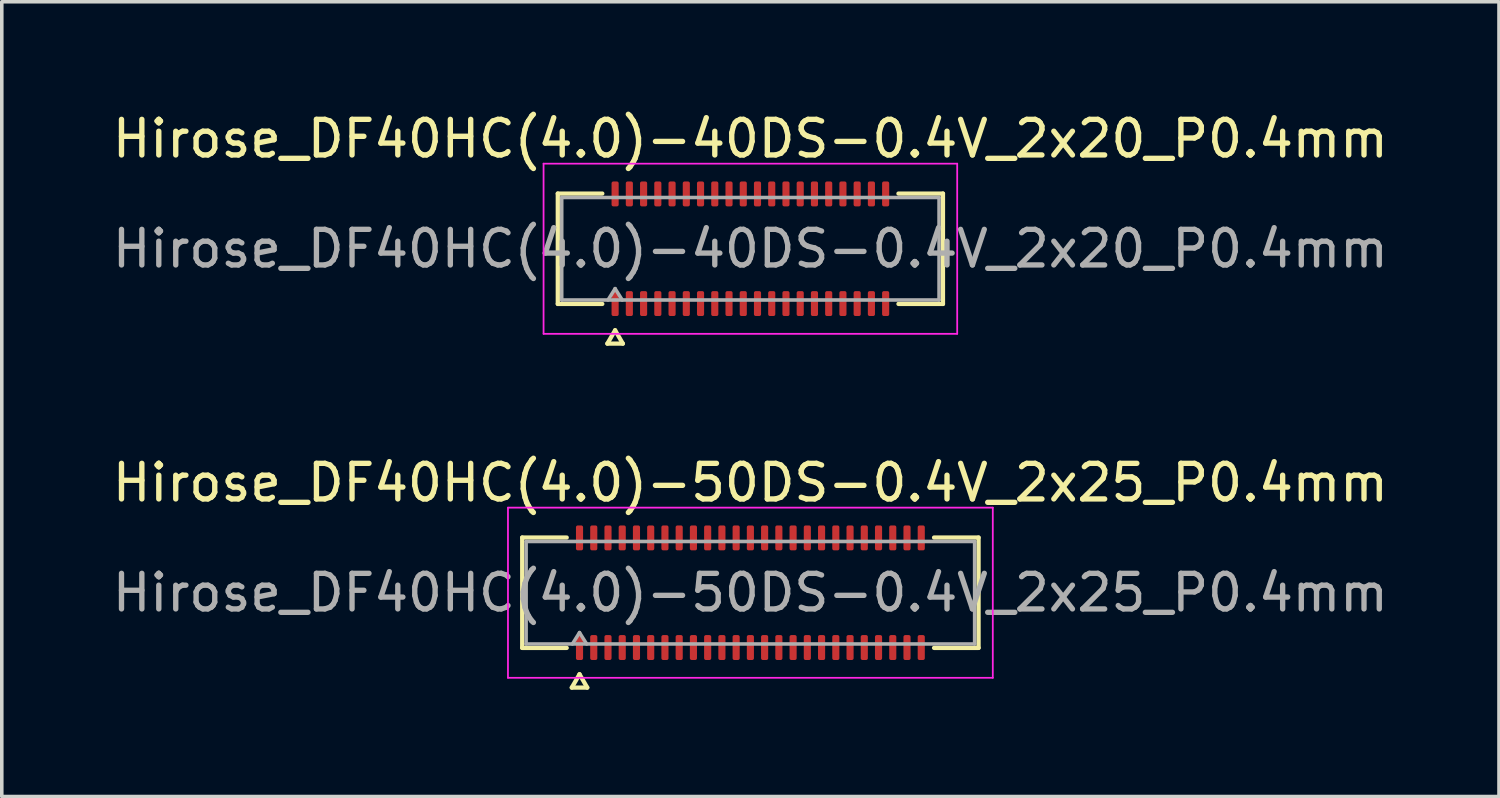
<source format=kicad_pcb>
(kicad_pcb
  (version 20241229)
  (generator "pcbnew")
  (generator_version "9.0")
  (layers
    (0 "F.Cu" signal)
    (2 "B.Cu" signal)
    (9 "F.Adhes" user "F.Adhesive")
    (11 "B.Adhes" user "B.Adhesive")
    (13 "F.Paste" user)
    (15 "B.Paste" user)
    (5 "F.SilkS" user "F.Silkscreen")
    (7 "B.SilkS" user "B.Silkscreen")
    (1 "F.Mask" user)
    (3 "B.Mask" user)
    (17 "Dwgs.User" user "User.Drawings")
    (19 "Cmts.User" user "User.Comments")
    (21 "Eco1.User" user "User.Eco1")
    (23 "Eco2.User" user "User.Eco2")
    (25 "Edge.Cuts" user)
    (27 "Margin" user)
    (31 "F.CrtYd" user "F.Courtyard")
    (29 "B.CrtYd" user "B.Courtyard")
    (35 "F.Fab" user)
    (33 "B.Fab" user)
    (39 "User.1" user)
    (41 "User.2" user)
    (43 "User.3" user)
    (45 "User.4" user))
  (footprint "Hirose_DF40HC(4.0)-50DS-0.4V_2x25_P0.4mm"
    (layer "F.Cu")
    (at 18.03 13.601)
    (property "Reference" "Hirose_DF40HC(4.0)-50DS-0.4V_2x25_P0.4mm" (at 0 -3.09 0) (layer "F.SilkS") (effects (font (size 1 1) (thickness 0.15))))
    (attr smd)
    (fp_line (start -6.41 -1.55) (end -5.16 -1.55) (stroke (width 0.12) (type solid)) (layer "F.SilkS"))
    (fp_line (start -6.41 1.55) (end -6.41 -1.55) (stroke (width 0.12) (type solid)) (layer "F.SilkS"))
    (fp_line (start -5.16 1.55) (end -6.41 1.55) (stroke (width 0.12) (type solid)) (layer "F.SilkS"))
    (fp_line (start -5.017 2.665) (end -4.8 2.29) (stroke (width 0.12) (type solid)) (layer "F.SilkS"))
    (fp_line (start -4.8 2.29) (end -4.583 2.665) (stroke (width 0.12) (type solid)) (layer "F.SilkS"))
    (fp_line (start -4.583 2.665) (end -5.017 2.665) (stroke (width 0.12) (type solid)) (layer "F.SilkS"))
    (fp_line (start 5.16 -1.55) (end 6.41 -1.55) (stroke (width 0.12) (type solid)) (layer "F.SilkS"))
    (fp_line (start 6.41 -1.55) (end 6.41 1.55) (stroke (width 0.12) (type solid)) (layer "F.SilkS"))
    (fp_line (start 6.41 1.55) (end 5.16 1.55) (stroke (width 0.12) (type solid)) (layer "F.SilkS"))
    (fp_line (start -6.81 -2.39) (end -6.81 2.39) (stroke (width 0.05) (type solid)) (layer "F.CrtYd"))
    (fp_line (start -6.81 2.39) (end 6.81 2.39) (stroke (width 0.05) (type solid)) (layer "F.CrtYd"))
    (fp_line (start 6.81 -2.39) (end -6.81 -2.39) (stroke (width 0.05) (type solid)) (layer "F.CrtYd"))
    (fp_line (start 6.81 2.39) (end 6.81 -2.39) (stroke (width 0.05) (type solid)) (layer "F.CrtYd"))
    (fp_line (start -6.3 -1.44) (end 6.3 -1.44) (stroke (width 0.1) (type solid)) (layer "F.Fab"))
    (fp_line (start -6.3 1.44) (end -6.3 -1.44) (stroke (width 0.1) (type solid)) (layer "F.Fab"))
    (fp_line (start -5 1.44) (end -4.8 1.12) (stroke (width 0.1) (type solid)) (layer "F.Fab"))
    (fp_line (start -4.8 1.12) (end -4.6 1.44) (stroke (width 0.1) (type solid)) (layer "F.Fab"))
    (fp_line (start 6.3 -1.44) (end 6.3 1.44) (stroke (width 0.1) (type solid)) (layer "F.Fab"))
    (fp_line (start 6.3 1.44) (end -6.3 1.44) (stroke (width 0.1) (type solid)) (layer "F.Fab"))
    (fp_text user "${REFERENCE}" (at 0 0 0) (layer "F.Fab") (effects (font (size 1 1) (thickness 0.15))))
    (pad "1" smd roundrect (at -4.8 1.54) (size 0.2 0.7) (layers "F.Cu" "F.Mask" "F.Paste") (roundrect_rratio 0.25))
    (pad "2" smd roundrect (at -4.8 -1.54) (size 0.2 0.7) (layers "F.Cu" "F.Mask" "F.Paste") (roundrect_rratio 0.25))
    (pad "3" smd roundrect (at -4.4 1.54) (size 0.2 0.7) (layers "F.Cu" "F.Mask" "F.Paste") (roundrect_rratio 0.25))
    (pad "4" smd roundrect (at -4.4 -1.54) (size 0.2 0.7) (layers "F.Cu" "F.Mask" "F.Paste") (roundrect_rratio 0.25))
    (pad "5" smd roundrect (at -4 1.54) (size 0.2 0.7) (layers "F.Cu" "F.Mask" "F.Paste") (roundrect_rratio 0.25))
    (pad "6" smd roundrect (at -4 -1.54) (size 0.2 0.7) (layers "F.Cu" "F.Mask" "F.Paste") (roundrect_rratio 0.25))
    (pad "7" smd roundrect (at -3.6 1.54) (size 0.2 0.7) (layers "F.Cu" "F.Mask" "F.Paste") (roundrect_rratio 0.25))
    (pad "8" smd roundrect (at -3.6 -1.54) (size 0.2 0.7) (layers "F.Cu" "F.Mask" "F.Paste") (roundrect_rratio 0.25))
    (pad "9" smd roundrect (at -3.2 1.54) (size 0.2 0.7) (layers "F.Cu" "F.Mask" "F.Paste") (roundrect_rratio 0.25))
    (pad "10" smd roundrect (at -3.2 -1.54) (size 0.2 0.7) (layers "F.Cu" "F.Mask" "F.Paste") (roundrect_rratio 0.25))
    (pad "11" smd roundrect (at -2.8 1.54) (size 0.2 0.7) (layers "F.Cu" "F.Mask" "F.Paste") (roundrect_rratio 0.25))
    (pad "12" smd roundrect (at -2.8 -1.54) (size 0.2 0.7) (layers "F.Cu" "F.Mask" "F.Paste") (roundrect_rratio 0.25))
    (pad "13" smd roundrect (at -2.4 1.54) (size 0.2 0.7) (layers "F.Cu" "F.Mask" "F.Paste") (roundrect_rratio 0.25))
    (pad "14" smd roundrect (at -2.4 -1.54) (size 0.2 0.7) (layers "F.Cu" "F.Mask" "F.Paste") (roundrect_rratio 0.25))
    (pad "15" smd roundrect (at -2 1.54) (size 0.2 0.7) (layers "F.Cu" "F.Mask" "F.Paste") (roundrect_rratio 0.25))
    (pad "16" smd roundrect (at -2 -1.54) (size 0.2 0.7) (layers "F.Cu" "F.Mask" "F.Paste") (roundrect_rratio 0.25))
    (pad "17" smd roundrect (at -1.6 1.54) (size 0.2 0.7) (layers "F.Cu" "F.Mask" "F.Paste") (roundrect_rratio 0.25))
    (pad "18" smd roundrect (at -1.6 -1.54) (size 0.2 0.7) (layers "F.Cu" "F.Mask" "F.Paste") (roundrect_rratio 0.25))
    (pad "19" smd roundrect (at -1.2 1.54) (size 0.2 0.7) (layers "F.Cu" "F.Mask" "F.Paste") (roundrect_rratio 0.25))
    (pad "20" smd roundrect (at -1.2 -1.54) (size 0.2 0.7) (layers "F.Cu" "F.Mask" "F.Paste") (roundrect_rratio 0.25))
    (pad "21" smd roundrect (at -0.8 1.54) (size 0.2 0.7) (layers "F.Cu" "F.Mask" "F.Paste") (roundrect_rratio 0.25))
    (pad "22" smd roundrect (at -0.8 -1.54) (size 0.2 0.7) (layers "F.Cu" "F.Mask" "F.Paste") (roundrect_rratio 0.25))
    (pad "23" smd roundrect (at -0.4 1.54) (size 0.2 0.7) (layers "F.Cu" "F.Mask" "F.Paste") (roundrect_rratio 0.25))
    (pad "24" smd roundrect (at -0.4 -1.54) (size 0.2 0.7) (layers "F.Cu" "F.Mask" "F.Paste") (roundrect_rratio 0.25))
    (pad "25" smd roundrect (at 0 1.54) (size 0.2 0.7) (layers "F.Cu" "F.Mask" "F.Paste") (roundrect_rratio 0.25))
    (pad "26" smd roundrect (at 0 -1.54) (size 0.2 0.7) (layers "F.Cu" "F.Mask" "F.Paste") (roundrect_rratio 0.25))
    (pad "27" smd roundrect (at 0.4 1.54) (size 0.2 0.7) (layers "F.Cu" "F.Mask" "F.Paste") (roundrect_rratio 0.25))
    (pad "28" smd roundrect (at 0.4 -1.54) (size 0.2 0.7) (layers "F.Cu" "F.Mask" "F.Paste") (roundrect_rratio 0.25))
    (pad "29" smd roundrect (at 0.8 1.54) (size 0.2 0.7) (layers "F.Cu" "F.Mask" "F.Paste") (roundrect_rratio 0.25))
    (pad "30" smd roundrect (at 0.8 -1.54) (size 0.2 0.7) (layers "F.Cu" "F.Mask" "F.Paste") (roundrect_rratio 0.25))
    (pad "31" smd roundrect (at 1.2 1.54) (size 0.2 0.7) (layers "F.Cu" "F.Mask" "F.Paste") (roundrect_rratio 0.25))
    (pad "32" smd roundrect (at 1.2 -1.54) (size 0.2 0.7) (layers "F.Cu" "F.Mask" "F.Paste") (roundrect_rratio 0.25))
    (pad "33" smd roundrect (at 1.6 1.54) (size 0.2 0.7) (layers "F.Cu" "F.Mask" "F.Paste") (roundrect_rratio 0.25))
    (pad "34" smd roundrect (at 1.6 -1.54) (size 0.2 0.7) (layers "F.Cu" "F.Mask" "F.Paste") (roundrect_rratio 0.25))
    (pad "35" smd roundrect (at 2 1.54) (size 0.2 0.7) (layers "F.Cu" "F.Mask" "F.Paste") (roundrect_rratio 0.25))
    (pad "36" smd roundrect (at 2 -1.54) (size 0.2 0.7) (layers "F.Cu" "F.Mask" "F.Paste") (roundrect_rratio 0.25))
    (pad "37" smd roundrect (at 2.4 1.54) (size 0.2 0.7) (layers "F.Cu" "F.Mask" "F.Paste") (roundrect_rratio 0.25))
    (pad "38" smd roundrect (at 2.4 -1.54) (size 0.2 0.7) (layers "F.Cu" "F.Mask" "F.Paste") (roundrect_rratio 0.25))
    (pad "39" smd roundrect (at 2.8 1.54) (size 0.2 0.7) (layers "F.Cu" "F.Mask" "F.Paste") (roundrect_rratio 0.25))
    (pad "40" smd roundrect (at 2.8 -1.54) (size 0.2 0.7) (layers "F.Cu" "F.Mask" "F.Paste") (roundrect_rratio 0.25))
    (pad "41" smd roundrect (at 3.2 1.54) (size 0.2 0.7) (layers "F.Cu" "F.Mask" "F.Paste") (roundrect_rratio 0.25))
    (pad "42" smd roundrect (at 3.2 -1.54) (size 0.2 0.7) (layers "F.Cu" "F.Mask" "F.Paste") (roundrect_rratio 0.25))
    (pad "43" smd roundrect (at 3.6 1.54) (size 0.2 0.7) (layers "F.Cu" "F.Mask" "F.Paste") (roundrect_rratio 0.25))
    (pad "44" smd roundrect (at 3.6 -1.54) (size 0.2 0.7) (layers "F.Cu" "F.Mask" "F.Paste") (roundrect_rratio 0.25))
    (pad "45" smd roundrect (at 4 1.54) (size 0.2 0.7) (layers "F.Cu" "F.Mask" "F.Paste") (roundrect_rratio 0.25))
    (pad "46" smd roundrect (at 4 -1.54) (size 0.2 0.7) (layers "F.Cu" "F.Mask" "F.Paste") (roundrect_rratio 0.25))
    (pad "47" smd roundrect (at 4.4 1.54) (size 0.2 0.7) (layers "F.Cu" "F.Mask" "F.Paste") (roundrect_rratio 0.25))
    (pad "48" smd roundrect (at 4.4 -1.54) (size 0.2 0.7) (layers "F.Cu" "F.Mask" "F.Paste") (roundrect_rratio 0.25))
    (pad "49" smd roundrect (at 4.8 1.54) (size 0.2 0.7) (layers "F.Cu" "F.Mask" "F.Paste") (roundrect_rratio 0.25))
    (pad "50" smd roundrect (at 4.8 -1.54) (size 0.2 0.7) (layers "F.Cu" "F.Mask" "F.Paste") (roundrect_rratio 0.25)))
  (footprint "Hirose_DF40HC(4.0)-40DS-0.4V_2x20_P0.4mm"
    (layer "F.Cu")
    (at 18.03 3.938)
    (property "Reference" "Hirose_DF40HC(4.0)-40DS-0.4V_2x20_P0.4mm" (at 0 -3.09 0) (layer "F.SilkS") (effects (font (size 1 1) (thickness 0.15))))
    (attr smd)
    (fp_line (start -5.41 -1.55) (end -4.16 -1.55) (stroke (width 0.12) (type solid)) (layer "F.SilkS"))
    (fp_line (start -5.41 1.55) (end -5.41 -1.55) (stroke (width 0.12) (type solid)) (layer "F.SilkS"))
    (fp_line (start -4.16 1.55) (end -5.41 1.55) (stroke (width 0.12) (type solid)) (layer "F.SilkS"))
    (fp_line (start -4.017 2.665) (end -3.8 2.29) (stroke (width 0.12) (type solid)) (layer "F.SilkS"))
    (fp_line (start -3.8 2.29) (end -3.583 2.665) (stroke (width 0.12) (type solid)) (layer "F.SilkS"))
    (fp_line (start -3.583 2.665) (end -4.017 2.665) (stroke (width 0.12) (type solid)) (layer "F.SilkS"))
    (fp_line (start 4.16 -1.55) (end 5.41 -1.55) (stroke (width 0.12) (type solid)) (layer "F.SilkS"))
    (fp_line (start 5.41 -1.55) (end 5.41 1.55) (stroke (width 0.12) (type solid)) (layer "F.SilkS"))
    (fp_line (start 5.41 1.55) (end 4.16 1.55) (stroke (width 0.12) (type solid)) (layer "F.SilkS"))
    (fp_line (start -5.81 -2.39) (end -5.81 2.39) (stroke (width 0.05) (type solid)) (layer "F.CrtYd"))
    (fp_line (start -5.81 2.39) (end 5.81 2.39) (stroke (width 0.05) (type solid)) (layer "F.CrtYd"))
    (fp_line (start 5.81 -2.39) (end -5.81 -2.39) (stroke (width 0.05) (type solid)) (layer "F.CrtYd"))
    (fp_line (start 5.81 2.39) (end 5.81 -2.39) (stroke (width 0.05) (type solid)) (layer "F.CrtYd"))
    (fp_line (start -5.3 -1.44) (end 5.3 -1.44) (stroke (width 0.1) (type solid)) (layer "F.Fab"))
    (fp_line (start -5.3 1.44) (end -5.3 -1.44) (stroke (width 0.1) (type solid)) (layer "F.Fab"))
    (fp_line (start -4 1.44) (end -3.8 1.12) (stroke (width 0.1) (type solid)) (layer "F.Fab"))
    (fp_line (start -3.8 1.12) (end -3.6 1.44) (stroke (width 0.1) (type solid)) (layer "F.Fab"))
    (fp_line (start 5.3 -1.44) (end 5.3 1.44) (stroke (width 0.1) (type solid)) (layer "F.Fab"))
    (fp_line (start 5.3 1.44) (end -5.3 1.44) (stroke (width 0.1) (type solid)) (layer "F.Fab"))
    (fp_text user "${REFERENCE}" (at 0 0 0) (layer "F.Fab") (effects (font (size 1 1) (thickness 0.15))))
    (pad "1" smd roundrect (at -3.8 1.54) (size 0.2 0.7) (layers "F.Cu" "F.Mask" "F.Paste") (roundrect_rratio 0.25))
    (pad "2" smd roundrect (at -3.8 -1.54) (size 0.2 0.7) (layers "F.Cu" "F.Mask" "F.Paste") (roundrect_rratio 0.25))
    (pad "3" smd roundrect (at -3.4 1.54) (size 0.2 0.7) (layers "F.Cu" "F.Mask" "F.Paste") (roundrect_rratio 0.25))
    (pad "4" smd roundrect (at -3.4 -1.54) (size 0.2 0.7) (layers "F.Cu" "F.Mask" "F.Paste") (roundrect_rratio 0.25))
    (pad "5" smd roundrect (at -3 1.54) (size 0.2 0.7) (layers "F.Cu" "F.Mask" "F.Paste") (roundrect_rratio 0.25))
    (pad "6" smd roundrect (at -3 -1.54) (size 0.2 0.7) (layers "F.Cu" "F.Mask" "F.Paste") (roundrect_rratio 0.25))
    (pad "7" smd roundrect (at -2.6 1.54) (size 0.2 0.7) (layers "F.Cu" "F.Mask" "F.Paste") (roundrect_rratio 0.25))
    (pad "8" smd roundrect (at -2.6 -1.54) (size 0.2 0.7) (layers "F.Cu" "F.Mask" "F.Paste") (roundrect_rratio 0.25))
    (pad "9" smd roundrect (at -2.2 1.54) (size 0.2 0.7) (layers "F.Cu" "F.Mask" "F.Paste") (roundrect_rratio 0.25))
    (pad "10" smd roundrect (at -2.2 -1.54) (size 0.2 0.7) (layers "F.Cu" "F.Mask" "F.Paste") (roundrect_rratio 0.25))
    (pad "11" smd roundrect (at -1.8 1.54) (size 0.2 0.7) (layers "F.Cu" "F.Mask" "F.Paste") (roundrect_rratio 0.25))
    (pad "12" smd roundrect (at -1.8 -1.54) (size 0.2 0.7) (layers "F.Cu" "F.Mask" "F.Paste") (roundrect_rratio 0.25))
    (pad "13" smd roundrect (at -1.4 1.54) (size 0.2 0.7) (layers "F.Cu" "F.Mask" "F.Paste") (roundrect_rratio 0.25))
    (pad "14" smd roundrect (at -1.4 -1.54) (size 0.2 0.7) (layers "F.Cu" "F.Mask" "F.Paste") (roundrect_rratio 0.25))
    (pad "15" smd roundrect (at -1 1.54) (size 0.2 0.7) (layers "F.Cu" "F.Mask" "F.Paste") (roundrect_rratio 0.25))
    (pad "16" smd roundrect (at -1 -1.54) (size 0.2 0.7) (layers "F.Cu" "F.Mask" "F.Paste") (roundrect_rratio 0.25))
    (pad "17" smd roundrect (at -0.6 1.54) (size 0.2 0.7) (layers "F.Cu" "F.Mask" "F.Paste") (roundrect_rratio 0.25))
    (pad "18" smd roundrect (at -0.6 -1.54) (size 0.2 0.7) (layers "F.Cu" "F.Mask" "F.Paste") (roundrect_rratio 0.25))
    (pad "19" smd roundrect (at -0.2 1.54) (size 0.2 0.7) (layers "F.Cu" "F.Mask" "F.Paste") (roundrect_rratio 0.25))
    (pad "20" smd roundrect (at -0.2 -1.54) (size 0.2 0.7) (layers "F.Cu" "F.Mask" "F.Paste") (roundrect_rratio 0.25))
    (pad "21" smd roundrect (at 0.2 1.54) (size 0.2 0.7) (layers "F.Cu" "F.Mask" "F.Paste") (roundrect_rratio 0.25))
    (pad "22" smd roundrect (at 0.2 -1.54) (size 0.2 0.7) (layers "F.Cu" "F.Mask" "F.Paste") (roundrect_rratio 0.25))
    (pad "23" smd roundrect (at 0.6 1.54) (size 0.2 0.7) (layers "F.Cu" "F.Mask" "F.Paste") (roundrect_rratio 0.25))
    (pad "24" smd roundrect (at 0.6 -1.54) (size 0.2 0.7) (layers "F.Cu" "F.Mask" "F.Paste") (roundrect_rratio 0.25))
    (pad "25" smd roundrect (at 1 1.54) (size 0.2 0.7) (layers "F.Cu" "F.Mask" "F.Paste") (roundrect_rratio 0.25))
    (pad "26" smd roundrect (at 1 -1.54) (size 0.2 0.7) (layers "F.Cu" "F.Mask" "F.Paste") (roundrect_rratio 0.25))
    (pad "27" smd roundrect (at 1.4 1.54) (size 0.2 0.7) (layers "F.Cu" "F.Mask" "F.Paste") (roundrect_rratio 0.25))
    (pad "28" smd roundrect (at 1.4 -1.54) (size 0.2 0.7) (layers "F.Cu" "F.Mask" "F.Paste") (roundrect_rratio 0.25))
    (pad "29" smd roundrect (at 1.8 1.54) (size 0.2 0.7) (layers "F.Cu" "F.Mask" "F.Paste") (roundrect_rratio 0.25))
    (pad "30" smd roundrect (at 1.8 -1.54) (size 0.2 0.7) (layers "F.Cu" "F.Mask" "F.Paste") (roundrect_rratio 0.25))
    (pad "31" smd roundrect (at 2.2 1.54) (size 0.2 0.7) (layers "F.Cu" "F.Mask" "F.Paste") (roundrect_rratio 0.25))
    (pad "32" smd roundrect (at 2.2 -1.54) (size 0.2 0.7) (layers "F.Cu" "F.Mask" "F.Paste") (roundrect_rratio 0.25))
    (pad "33" smd roundrect (at 2.6 1.54) (size 0.2 0.7) (layers "F.Cu" "F.Mask" "F.Paste") (roundrect_rratio 0.25))
    (pad "34" smd roundrect (at 2.6 -1.54) (size 0.2 0.7) (layers "F.Cu" "F.Mask" "F.Paste") (roundrect_rratio 0.25))
    (pad "35" smd roundrect (at 3 1.54) (size 0.2 0.7) (layers "F.Cu" "F.Mask" "F.Paste") (roundrect_rratio 0.25))
    (pad "36" smd roundrect (at 3 -1.54) (size 0.2 0.7) (layers "F.Cu" "F.Mask" "F.Paste") (roundrect_rratio 0.25))
    (pad "37" smd roundrect (at 3.4 1.54) (size 0.2 0.7) (layers "F.Cu" "F.Mask" "F.Paste") (roundrect_rratio 0.25))
    (pad "38" smd roundrect (at 3.4 -1.54) (size 0.2 0.7) (layers "F.Cu" "F.Mask" "F.Paste") (roundrect_rratio 0.25))
    (pad "39" smd roundrect (at 3.8 1.54) (size 0.2 0.7) (layers "F.Cu" "F.Mask" "F.Paste") (roundrect_rratio 0.25))
    (pad "40" smd roundrect (at 3.8 -1.54) (size 0.2 0.7) (layers "F.Cu" "F.Mask" "F.Paste") (roundrect_rratio 0.25)))
  (gr_rect
    (start -3 -3)
    (end 39.06 19.326)
    (stroke (width 0.1) (type default))
    (fill no)
    (layer "Edge.Cuts")))
</source>
